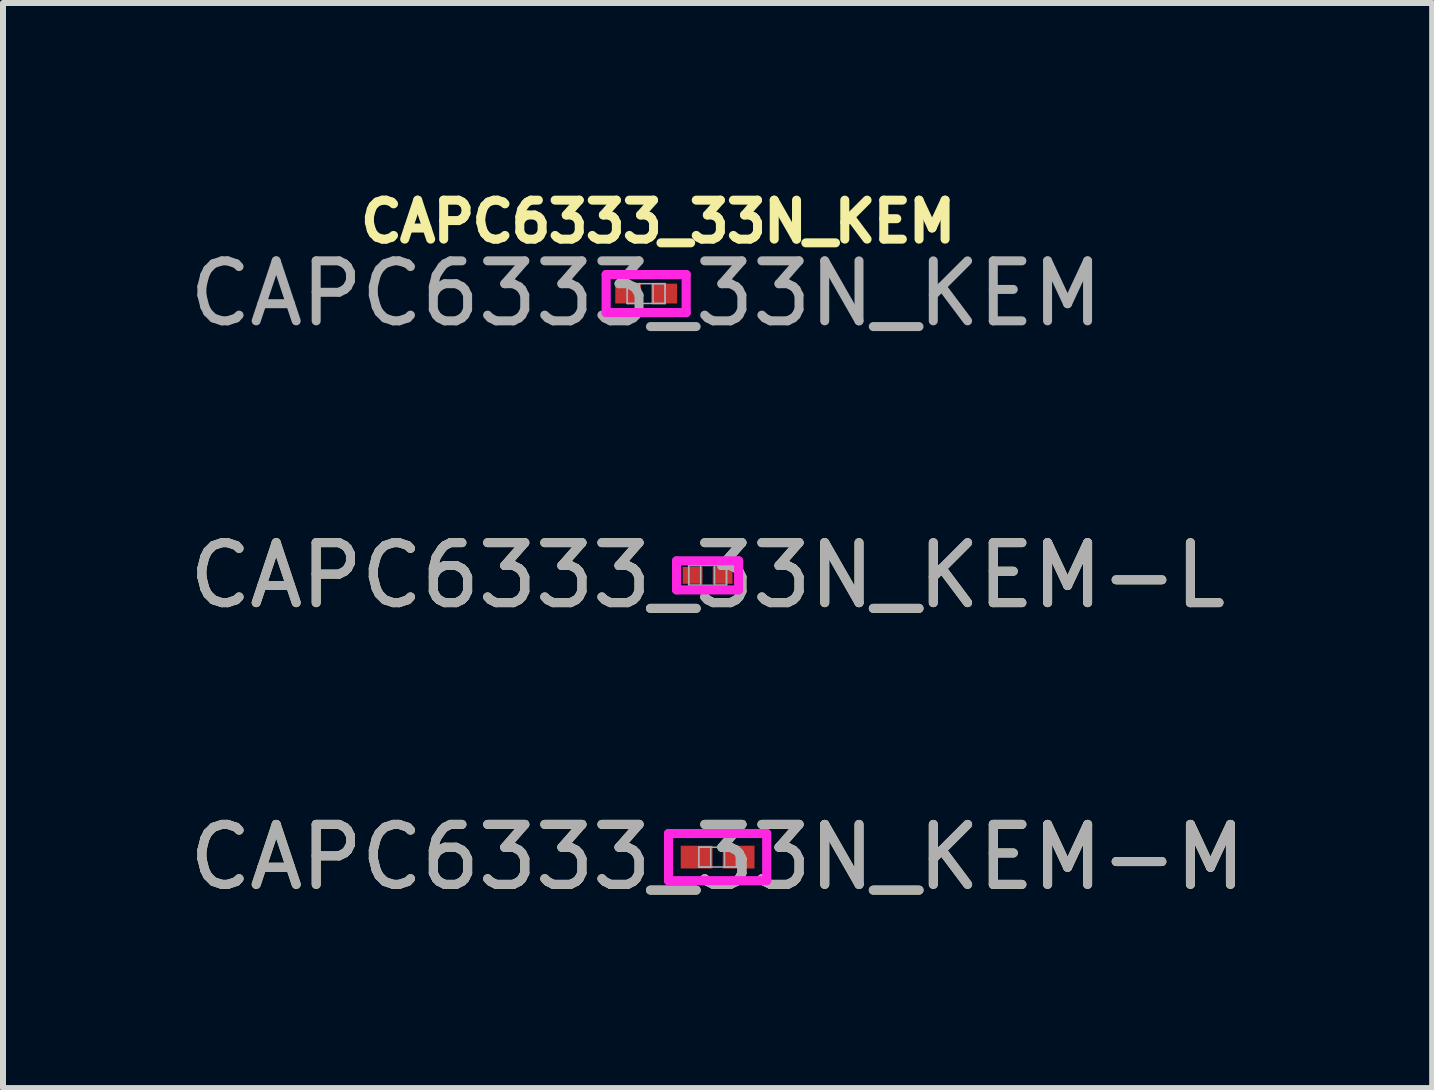
<source format=kicad_pcb>
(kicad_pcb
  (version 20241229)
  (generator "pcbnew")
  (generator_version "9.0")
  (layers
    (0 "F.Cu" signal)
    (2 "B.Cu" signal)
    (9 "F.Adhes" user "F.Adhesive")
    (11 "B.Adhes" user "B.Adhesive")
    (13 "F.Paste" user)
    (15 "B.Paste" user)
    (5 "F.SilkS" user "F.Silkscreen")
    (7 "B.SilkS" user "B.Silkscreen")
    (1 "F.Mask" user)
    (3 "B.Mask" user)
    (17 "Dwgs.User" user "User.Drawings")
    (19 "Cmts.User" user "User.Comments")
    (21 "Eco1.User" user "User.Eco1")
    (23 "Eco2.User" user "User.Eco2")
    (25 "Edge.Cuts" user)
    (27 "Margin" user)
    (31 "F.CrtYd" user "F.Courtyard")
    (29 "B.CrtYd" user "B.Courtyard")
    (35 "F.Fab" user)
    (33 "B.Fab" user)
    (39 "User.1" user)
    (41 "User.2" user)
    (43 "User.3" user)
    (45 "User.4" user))
  (footprint "CAPC6333_33N_KEM-L"
    (layer "F.Cu")
    (at 8.744 6.54)
    (property "Reference" "CAPC6333_33N_KEM-L" (at 0 0 0) (unlocked yes) (layer "F.SilkS") (effects (font (size 1 1) (thickness 0.15))))
    (attr smd)
    (fp_line (start -0.517 -0.242) (end 0.517 -0.242) (stroke (width 0.152) (type solid)) (layer "F.CrtYd"))
    (fp_line (start -0.517 0.242) (end -0.517 -0.242) (stroke (width 0.152) (type solid)) (layer "F.CrtYd"))
    (fp_line (start 0.517 -0.242) (end 0.517 0.242) (stroke (width 0.152) (type solid)) (layer "F.CrtYd"))
    (fp_line (start 0.517 0.242) (end -0.517 0.242) (stroke (width 0.152) (type solid)) (layer "F.CrtYd"))
    (fp_line (start -0.315 -0.165) (end -0.315 0.165) (stroke (width 0.025) (type solid)) (layer "F.Fab"))
    (fp_line (start -0.315 -0.165) (end -0.315 0.165) (stroke (width 0.025) (type solid)) (layer "F.Fab"))
    (fp_line (start -0.315 0.165) (end -0.115 0.165) (stroke (width 0.025) (type solid)) (layer "F.Fab"))
    (fp_line (start -0.315 0.165) (end 0.315 0.165) (stroke (width 0.025) (type solid)) (layer "F.Fab"))
    (fp_line (start -0.115 -0.165) (end -0.315 -0.165) (stroke (width 0.025) (type solid)) (layer "F.Fab"))
    (fp_line (start -0.115 0.165) (end -0.115 -0.165) (stroke (width 0.025) (type solid)) (layer "F.Fab"))
    (fp_line (start 0.115 -0.165) (end 0.115 0.165) (stroke (width 0.025) (type solid)) (layer "F.Fab"))
    (fp_line (start 0.115 0.165) (end 0.315 0.165) (stroke (width 0.025) (type solid)) (layer "F.Fab"))
    (fp_line (start 0.315 -0.165) (end -0.315 -0.165) (stroke (width 0.025) (type solid)) (layer "F.Fab"))
    (fp_line (start 0.315 -0.165) (end 0.115 -0.165) (stroke (width 0.025) (type solid)) (layer "F.Fab"))
    (fp_line (start 0.315 0.165) (end 0.315 -0.165) (stroke (width 0.025) (type solid)) (layer "F.Fab"))
    (fp_line (start 0.315 0.165) (end 0.315 -0.165) (stroke (width 0.025) (type solid)) (layer "F.Fab"))
    (fp_text user "${REFERENCE}" (at 0 0 0) (unlocked yes) (layer "F.Fab") (effects (font (size 1 1) (thickness 0.15))))
    (pad "1" smd rect (at -0.25 0) (size 0.33 0.28) (layers "F.Cu" "F.Mask" "F.Paste"))
    (pad "2" smd rect (at 0.25 0) (size 0.33 0.28) (layers "F.Cu" "F.Mask" "F.Paste"))
    (zone (net_name "") (layer "F.Cu") (hatch full 0.508) (connect_pads) (min_thickness 0.254) (filled_areas_thickness no) (keepout (tracks not_allowed) (vias not_allowed) (pads allowed) (copperpour not_allowed) (footprints allowed)) (placement (enabled no)) (fill) (polygon (pts (xy 8.71 6.426) (xy 8.778 6.426) (xy 8.778 6.654) (xy 8.71 6.654)))))
  (footprint "CAPC6333_33N_KEM"
    (layer "F.Cu")
    (at 7.72 1.843)
    (property "Reference" "CAPC6333_33N_KEM" (at 0.2 -1.2 0) (unlocked yes) (layer "F.SilkS") (effects (font (size 0.65 0.65) (thickness 0.15))))
    (attr smd)
    (fp_line (start -0.667 -0.317) (end 0.667 -0.317) (stroke (width 0.152) (type solid)) (layer "F.CrtYd"))
    (fp_line (start -0.667 0.317) (end -0.667 -0.317) (stroke (width 0.152) (type solid)) (layer "F.CrtYd"))
    (fp_line (start 0.667 -0.317) (end 0.667 0.317) (stroke (width 0.152) (type solid)) (layer "F.CrtYd"))
    (fp_line (start 0.667 0.317) (end -0.667 0.317) (stroke (width 0.152) (type solid)) (layer "F.CrtYd"))
    (fp_line (start -0.315 -0.165) (end -0.315 0.165) (stroke (width 0.025) (type solid)) (layer "F.Fab"))
    (fp_line (start -0.315 -0.165) (end -0.315 0.165) (stroke (width 0.025) (type solid)) (layer "F.Fab"))
    (fp_line (start -0.315 0.165) (end -0.115 0.165) (stroke (width 0.025) (type solid)) (layer "F.Fab"))
    (fp_line (start -0.315 0.165) (end 0.315 0.165) (stroke (width 0.025) (type solid)) (layer "F.Fab"))
    (fp_line (start -0.115 -0.165) (end -0.315 -0.165) (stroke (width 0.025) (type solid)) (layer "F.Fab"))
    (fp_line (start -0.115 0.165) (end -0.115 -0.165) (stroke (width 0.025) (type solid)) (layer "F.Fab"))
    (fp_line (start 0.115 -0.165) (end 0.115 0.165) (stroke (width 0.025) (type solid)) (layer "F.Fab"))
    (fp_line (start 0.115 0.165) (end 0.315 0.165) (stroke (width 0.025) (type solid)) (layer "F.Fab"))
    (fp_line (start 0.315 -0.165) (end -0.315 -0.165) (stroke (width 0.025) (type solid)) (layer "F.Fab"))
    (fp_line (start 0.315 -0.165) (end 0.115 -0.165) (stroke (width 0.025) (type solid)) (layer "F.Fab"))
    (fp_line (start 0.315 0.165) (end 0.315 -0.165) (stroke (width 0.025) (type solid)) (layer "F.Fab"))
    (fp_line (start 0.315 0.165) (end 0.315 -0.165) (stroke (width 0.025) (type solid)) (layer "F.Fab"))
    (fp_text user "${REFERENCE}" (at 0 0 0) (unlocked yes) (layer "F.Fab") (effects (font (size 1 1) (thickness 0.15))))
    (pad "1" smd rect (at -0.3 0) (size 0.43 0.33) (layers "F.Cu" "F.Mask" "F.Paste"))
    (pad "2" smd rect (at 0.3 0) (size 0.43 0.33) (layers "F.Cu" "F.Mask" "F.Paste"))
    (zone (net_name "") (layer "F.Cu") (hatch full 0.508) (connect_pads) (min_thickness 0.254) (filled_areas_thickness no) (keepout (tracks not_allowed) (vias not_allowed) (pads allowed) (copperpour not_allowed) (footprints allowed)) (placement (enabled no)) (fill) (polygon (pts (xy 7.686 1.729) (xy 7.754 1.729) (xy 7.754 1.958) (xy 7.686 1.958)))))
  (footprint "CAPC6333_33N_KEM-M"
    (layer "F.Cu")
    (at 8.911 11.236)
    (property "Reference" "CAPC6333_33N_KEM-M" (at 0 0 0) (unlocked yes) (layer "F.SilkS") (effects (font (size 1 1) (thickness 0.15))))
    (attr smd)
    (fp_line (start -0.818 -0.393) (end 0.818 -0.393) (stroke (width 0.152) (type solid)) (layer "F.CrtYd"))
    (fp_line (start -0.818 0.393) (end -0.818 -0.393) (stroke (width 0.152) (type solid)) (layer "F.CrtYd"))
    (fp_line (start 0.818 -0.393) (end 0.818 0.393) (stroke (width 0.152) (type solid)) (layer "F.CrtYd"))
    (fp_line (start 0.818 0.393) (end -0.818 0.393) (stroke (width 0.152) (type solid)) (layer "F.CrtYd"))
    (fp_line (start -0.315 -0.165) (end -0.315 0.165) (stroke (width 0.025) (type solid)) (layer "F.Fab"))
    (fp_line (start -0.315 -0.165) (end -0.315 0.165) (stroke (width 0.025) (type solid)) (layer "F.Fab"))
    (fp_line (start -0.315 0.165) (end -0.115 0.165) (stroke (width 0.025) (type solid)) (layer "F.Fab"))
    (fp_line (start -0.315 0.165) (end 0.315 0.165) (stroke (width 0.025) (type solid)) (layer "F.Fab"))
    (fp_line (start -0.115 -0.165) (end -0.315 -0.165) (stroke (width 0.025) (type solid)) (layer "F.Fab"))
    (fp_line (start -0.115 0.165) (end -0.115 -0.165) (stroke (width 0.025) (type solid)) (layer "F.Fab"))
    (fp_line (start 0.115 -0.165) (end 0.115 0.165) (stroke (width 0.025) (type solid)) (layer "F.Fab"))
    (fp_line (start 0.115 0.165) (end 0.315 0.165) (stroke (width 0.025) (type solid)) (layer "F.Fab"))
    (fp_line (start 0.315 -0.165) (end -0.315 -0.165) (stroke (width 0.025) (type solid)) (layer "F.Fab"))
    (fp_line (start 0.315 -0.165) (end 0.115 -0.165) (stroke (width 0.025) (type solid)) (layer "F.Fab"))
    (fp_line (start 0.315 0.165) (end 0.315 -0.165) (stroke (width 0.025) (type solid)) (layer "F.Fab"))
    (fp_line (start 0.315 0.165) (end 0.315 -0.165) (stroke (width 0.025) (type solid)) (layer "F.Fab"))
    (fp_text user "${REFERENCE}" (at 0 0 0) (unlocked yes) (layer "F.Fab") (effects (font (size 1 1) (thickness 0.15))))
    (pad "1" smd rect (at -0.35 0) (size 0.53 0.38) (layers "F.Cu" "F.Mask" "F.Paste"))
    (pad "2" smd rect (at 0.35 0) (size 0.53 0.38) (layers "F.Cu" "F.Mask" "F.Paste"))
    (zone (net_name "") (layer "F.Cu") (hatch full 0.508) (connect_pads) (min_thickness 0.254) (filled_areas_thickness no) (keepout (tracks not_allowed) (vias not_allowed) (pads allowed) (copperpour not_allowed) (footprints allowed)) (placement (enabled no)) (fill) (polygon (pts (xy 8.877 11.122) (xy 8.945 11.122) (xy 8.945 11.351) (xy 8.877 11.351)))))
  (gr_rect
    (start -3 -3)
    (end 20.821 15.085)
    (stroke (width 0.1) (type default))
    (fill no)
    (layer "Edge.Cuts")))
</source>
